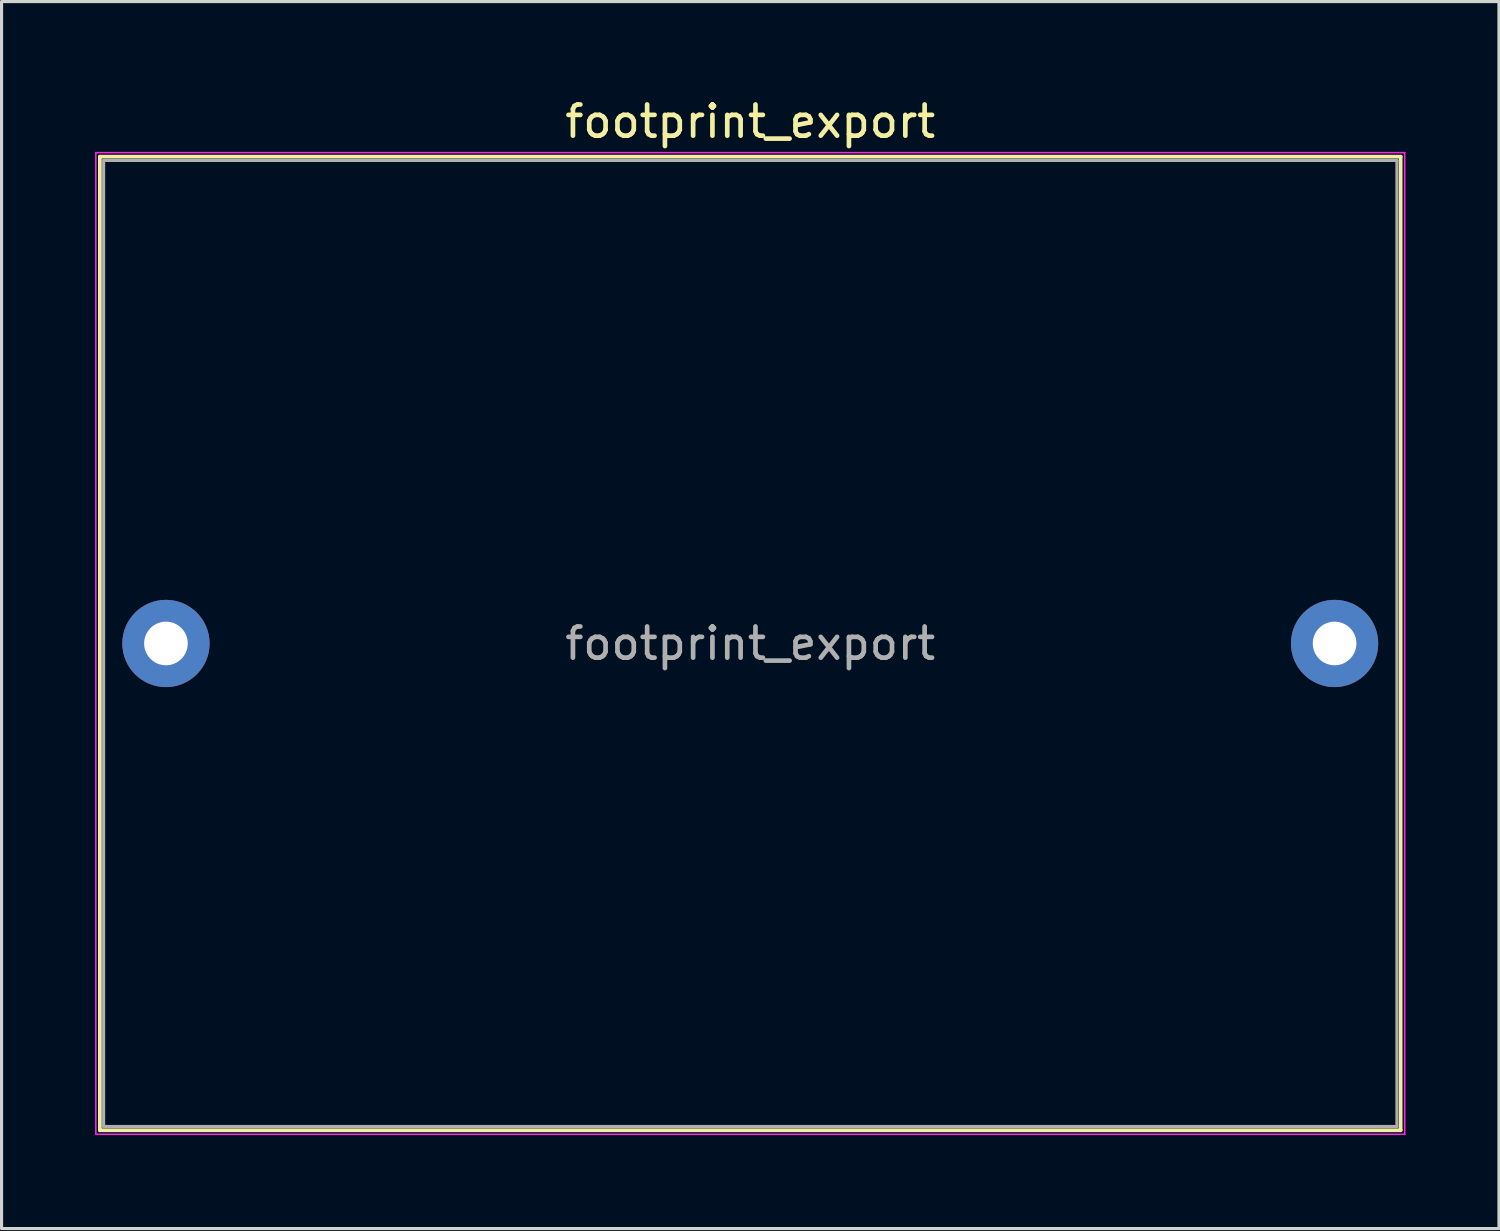
<source format=kicad_pcb>
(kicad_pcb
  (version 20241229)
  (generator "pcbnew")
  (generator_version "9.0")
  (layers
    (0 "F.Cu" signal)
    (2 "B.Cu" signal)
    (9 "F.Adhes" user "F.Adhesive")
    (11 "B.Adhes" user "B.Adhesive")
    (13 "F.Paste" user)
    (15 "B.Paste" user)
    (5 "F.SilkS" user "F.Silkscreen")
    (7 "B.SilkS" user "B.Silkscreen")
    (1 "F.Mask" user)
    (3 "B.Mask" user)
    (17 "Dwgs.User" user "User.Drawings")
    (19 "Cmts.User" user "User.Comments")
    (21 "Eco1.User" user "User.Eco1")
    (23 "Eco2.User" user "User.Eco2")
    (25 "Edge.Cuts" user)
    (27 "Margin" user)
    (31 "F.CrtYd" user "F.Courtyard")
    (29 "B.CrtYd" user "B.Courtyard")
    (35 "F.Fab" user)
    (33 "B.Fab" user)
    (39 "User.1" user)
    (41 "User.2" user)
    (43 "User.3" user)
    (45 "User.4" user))
  (footprint "footprint_export"
    (layer "F.Cu")
    (at 2.275 17.598)
    (property "Reference" "footprint_export" (at 18.75 -16.75 0) (layer "F.SilkS") (effects (font (size 1 1) (thickness 0.15))))
    (attr through_hole)
    (fp_line (start -2.12 -15.62) (end -2.12 15.62) (stroke (width 0.12) (type solid)) (layer "F.SilkS"))
    (fp_line (start -2.12 -15.62) (end 39.62 -15.62) (stroke (width 0.12) (type solid)) (layer "F.SilkS"))
    (fp_line (start -2.12 15.62) (end 39.62 15.62) (stroke (width 0.12) (type solid)) (layer "F.SilkS"))
    (fp_line (start 39.62 -15.62) (end 39.62 15.62) (stroke (width 0.12) (type solid)) (layer "F.SilkS"))
    (fp_line (start -2.25 -15.75) (end -2.25 15.75) (stroke (width 0.05) (type solid)) (layer "F.CrtYd"))
    (fp_line (start -2.25 15.75) (end 39.75 15.75) (stroke (width 0.05) (type solid)) (layer "F.CrtYd"))
    (fp_line (start 39.75 -15.75) (end -2.25 -15.75) (stroke (width 0.05) (type solid)) (layer "F.CrtYd"))
    (fp_line (start 39.75 15.75) (end 39.75 -15.75) (stroke (width 0.05) (type solid)) (layer "F.CrtYd"))
    (fp_line (start -2 -15.5) (end -2 15.5) (stroke (width 0.1) (type solid)) (layer "F.Fab"))
    (fp_line (start -2 15.5) (end 39.5 15.5) (stroke (width 0.1) (type solid)) (layer "F.Fab"))
    (fp_line (start 39.5 -15.5) (end -2 -15.5) (stroke (width 0.1) (type solid)) (layer "F.Fab"))
    (fp_line (start 39.5 15.5) (end 39.5 -15.5) (stroke (width 0.1) (type solid)) (layer "F.Fab"))
    (fp_text user "${REFERENCE}" (at 18.75 0 0) (layer "F.Fab") (effects (font (size 1 1) (thickness 0.15))))
    (pad "1" thru_hole circle (at 0 0) (size 2.8 2.8) (drill 1.4) (layers "*.Cu" "*.Mask"))
    (pad "2" thru_hole circle (at 37.5 0) (size 2.8 2.8) (drill 1.4) (layers "*.Cu" "*.Mask")))
  (gr_rect
    (start -3 -3)
    (end 45.05 36.373)
    (stroke (width 0.1) (type default))
    (fill no)
    (layer "Edge.Cuts")))
</source>
